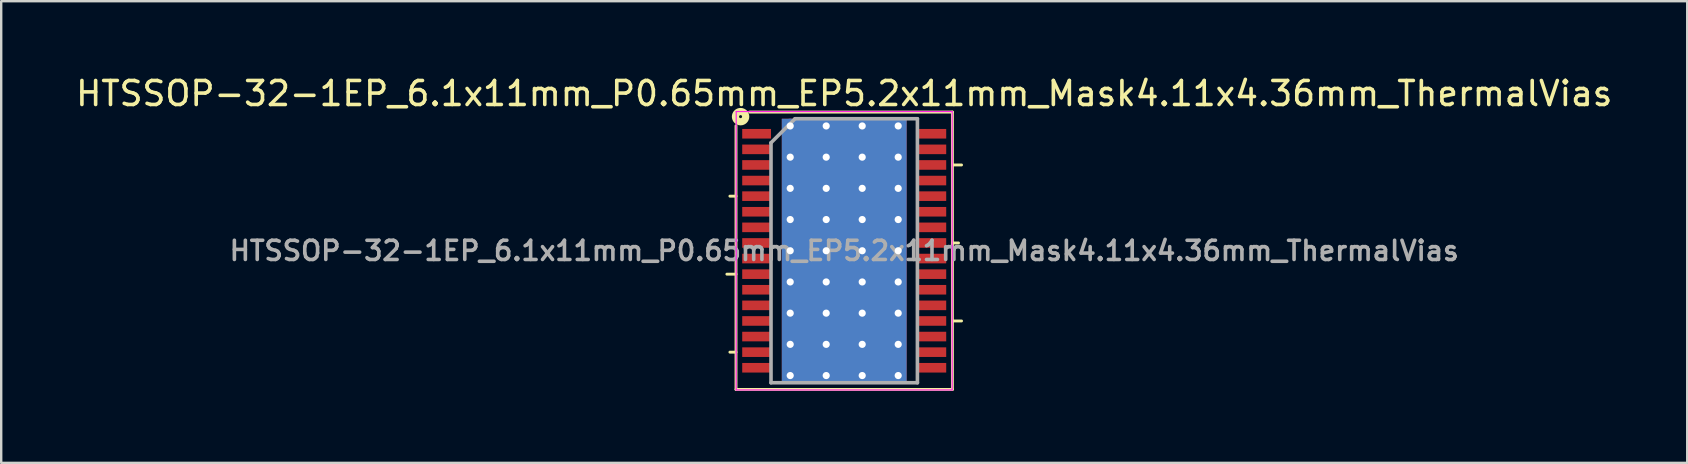
<source format=kicad_pcb>
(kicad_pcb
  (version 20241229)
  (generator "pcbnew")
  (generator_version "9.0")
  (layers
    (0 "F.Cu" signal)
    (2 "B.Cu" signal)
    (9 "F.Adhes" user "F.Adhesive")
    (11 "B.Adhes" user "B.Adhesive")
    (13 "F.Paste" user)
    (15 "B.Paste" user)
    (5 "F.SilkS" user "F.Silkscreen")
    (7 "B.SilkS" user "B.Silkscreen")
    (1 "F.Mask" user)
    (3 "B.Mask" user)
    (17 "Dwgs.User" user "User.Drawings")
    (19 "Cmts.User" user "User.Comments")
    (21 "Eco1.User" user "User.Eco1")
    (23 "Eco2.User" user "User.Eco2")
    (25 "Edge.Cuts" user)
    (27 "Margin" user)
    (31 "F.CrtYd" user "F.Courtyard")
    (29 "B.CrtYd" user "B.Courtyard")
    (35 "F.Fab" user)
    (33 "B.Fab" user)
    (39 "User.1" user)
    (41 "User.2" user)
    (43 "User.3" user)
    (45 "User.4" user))
  (footprint "HTSSOP-32-1EP_6.1x11mm_P0.65mm_EP5.2x11mm_Mask4.11x4.36mm_ThermalVias"
    (layer "F.Cu")
    (at 32.125 7.398)
    (property "Reference" "HTSSOP-32-1EP_6.1x11mm_P0.65mm_EP5.2x11mm_Mask4.11x4.36mm_ThermalVias" (at 0 -6.55 0) (layer "F.SilkS") (effects (font (size 1 1) (thickness 0.15))))
    (attr smd)
    (fp_line (start -4.508 -2.275) (end -4.763 -2.275) (stroke (width 0.12) (type solid)) (layer "F.SilkS"))
    (fp_line (start -4.508 0.975) (end -4.889 0.975) (stroke (width 0.12) (type solid)) (layer "F.SilkS"))
    (fp_line (start -4.508 4.225) (end -4.763 4.225) (stroke (width 0.12) (type solid)) (layer "F.SilkS"))
    (fp_line (start -4.508 5.779) (end -4.508 -5.207) (stroke (width 0.12) (type solid)) (layer "F.SilkS"))
    (fp_line (start -3.937 -5.779) (end 4.508 -5.779) (stroke (width 0.12) (type solid)) (layer "F.SilkS"))
    (fp_line (start 4.508 -5.779) (end 4.508 5.779) (stroke (width 0.12) (type solid)) (layer "F.SilkS"))
    (fp_line (start 4.508 -3.575) (end 4.889 -3.575) (stroke (width 0.12) (type solid)) (layer "F.SilkS"))
    (fp_line (start 4.508 -0.325) (end 4.763 -0.325) (stroke (width 0.12) (type solid)) (layer "F.SilkS"))
    (fp_line (start 4.508 2.925) (end 4.889 2.925) (stroke (width 0.12) (type solid)) (layer "F.SilkS"))
    (fp_line (start 4.508 5.779) (end -4.508 5.779) (stroke (width 0.12) (type solid)) (layer "F.SilkS"))
    (fp_circle (center -4.318 -5.588) (end -4.255 -5.588) (stroke (width 0.3) (type solid)) (fill no) (layer "F.SilkS"))
    (fp_line (start -4.5 -5.8) (end -4.5 5.8) (stroke (width 0.05) (type solid)) (layer "F.CrtYd"))
    (fp_line (start -4.5 5.8) (end 4.5 5.8) (stroke (width 0.05) (type solid)) (layer "F.CrtYd"))
    (fp_line (start 4.5 -5.8) (end -4.5 -5.8) (stroke (width 0.05) (type solid)) (layer "F.CrtYd"))
    (fp_line (start 4.5 5.8) (end 4.5 -5.8) (stroke (width 0.05) (type solid)) (layer "F.CrtYd"))
    (fp_line (start -3.05 -4.5) (end -2.05 -5.5) (stroke (width 0.15) (type solid)) (layer "F.Fab"))
    (fp_line (start -3.05 5.5) (end -3.05 -4.5) (stroke (width 0.15) (type solid)) (layer "F.Fab"))
    (fp_line (start -2.05 -5.5) (end 3.05 -5.5) (stroke (width 0.15) (type solid)) (layer "F.Fab"))
    (fp_line (start 3.05 -5.5) (end 3.05 5.5) (stroke (width 0.15) (type solid)) (layer "F.Fab"))
    (fp_line (start 3.05 5.5) (end -3.05 5.5) (stroke (width 0.15) (type solid)) (layer "F.Fab"))
    (fp_text user "${REFERENCE}" (at 0 0 0) (layer "F.Fab") (effects (font (size 0.8 0.8) (thickness 0.15))))
    (pad "" smd rect (at -1.365 -1.725) (size 0.93 0.55) (layers "F.Paste"))
    (pad "" smd rect (at -1.365 -0.65) (size 0.93 1) (layers "F.Paste"))
    (pad "" smd rect (at -1.365 0.65) (size 0.93 1) (layers "F.Paste"))
    (pad "" smd rect (at -1.365 1.725) (size 0.93 0.55) (layers "F.Paste"))
    (pad "" smd rect (at 0 -1.725) (size 1.2 0.55) (layers "F.Paste"))
    (pad "" smd rect (at 0 -0.65) (size 1.2 1) (layers "F.Paste"))
    (pad "" smd rect (at 0 0) (size 4.11 4.36) (layers "F.Mask"))
    (pad "" smd rect (at 0 0.65) (size 1.2 1) (layers "F.Paste"))
    (pad "" smd rect (at 0 1.725) (size 1.2 0.55) (layers "F.Paste"))
    (pad "" smd rect (at 1.365 -1.725) (size 0.93 0.55) (layers "F.Paste"))
    (pad "" smd rect (at 1.365 -0.65) (size 0.93 1) (layers "F.Paste"))
    (pad "" smd rect (at 1.365 0.65) (size 0.93 1) (layers "F.Paste"))
    (pad "" smd rect (at 1.365 1.725) (size 0.93 0.55) (layers "F.Paste"))
    (pad "1" smd rect (at -3.65 -4.875) (size 1.2 0.4) (layers "F.Cu" "F.Mask" "F.Paste"))
    (pad "2" smd rect (at -3.65 -4.225) (size 1.2 0.4) (layers "F.Cu" "F.Mask" "F.Paste"))
    (pad "3" smd rect (at -3.65 -3.575) (size 1.2 0.4) (layers "F.Cu" "F.Mask" "F.Paste"))
    (pad "4" smd rect (at -3.65 -2.925) (size 1.2 0.4) (layers "F.Cu" "F.Mask" "F.Paste"))
    (pad "5" smd rect (at -3.65 -2.275) (size 1.2 0.4) (layers "F.Cu" "F.Mask" "F.Paste"))
    (pad "6" smd rect (at -3.65 -1.625) (size 1.2 0.4) (layers "F.Cu" "F.Mask" "F.Paste"))
    (pad "7" smd rect (at -3.65 -0.975) (size 1.2 0.4) (layers "F.Cu" "F.Mask" "F.Paste"))
    (pad "8" smd rect (at -3.65 -0.325) (size 1.2 0.4) (layers "F.Cu" "F.Mask" "F.Paste"))
    (pad "9" smd rect (at -3.65 0.325) (size 1.2 0.4) (layers "F.Cu" "F.Mask" "F.Paste"))
    (pad "10" smd rect (at -3.65 0.975) (size 1.2 0.4) (layers "F.Cu" "F.Mask" "F.Paste"))
    (pad "11" smd rect (at -3.65 1.625) (size 1.2 0.4) (layers "F.Cu" "F.Mask" "F.Paste"))
    (pad "12" smd rect (at -3.65 2.275) (size 1.2 0.4) (layers "F.Cu" "F.Mask" "F.Paste"))
    (pad "13" smd rect (at -3.65 2.925) (size 1.2 0.4) (layers "F.Cu" "F.Mask" "F.Paste"))
    (pad "14" smd rect (at -3.65 3.575) (size 1.2 0.4) (layers "F.Cu" "F.Mask" "F.Paste"))
    (pad "15" smd rect (at -3.65 4.225) (size 1.2 0.4) (layers "F.Cu" "F.Mask" "F.Paste"))
    (pad "16" smd rect (at -3.65 4.875) (size 1.2 0.4) (layers "F.Cu" "F.Mask" "F.Paste"))
    (pad "17" smd rect (at 3.65 4.875) (size 1.2 0.4) (layers "F.Cu" "F.Mask" "F.Paste"))
    (pad "18" smd rect (at 3.65 4.225) (size 1.2 0.4) (layers "F.Cu" "F.Mask" "F.Paste"))
    (pad "19" smd rect (at 3.65 3.575) (size 1.2 0.4) (layers "F.Cu" "F.Mask" "F.Paste"))
    (pad "20" smd rect (at 3.65 2.925) (size 1.2 0.4) (layers "F.Cu" "F.Mask" "F.Paste"))
    (pad "21" smd rect (at 3.65 2.275) (size 1.2 0.4) (layers "F.Cu" "F.Mask" "F.Paste"))
    (pad "22" smd rect (at 3.65 1.625) (size 1.2 0.4) (layers "F.Cu" "F.Mask" "F.Paste"))
    (pad "23" smd rect (at 3.65 0.975) (size 1.2 0.4) (layers "F.Cu" "F.Mask" "F.Paste"))
    (pad "24" smd rect (at 3.65 0.325) (size 1.2 0.4) (layers "F.Cu" "F.Mask" "F.Paste"))
    (pad "25" smd rect (at 3.65 -0.325) (size 1.2 0.4) (layers "F.Cu" "F.Mask" "F.Paste"))
    (pad "26" smd rect (at 3.65 -0.975) (size 1.2 0.4) (layers "F.Cu" "F.Mask" "F.Paste"))
    (pad "27" smd rect (at 3.65 -1.625) (size 1.2 0.4) (layers "F.Cu" "F.Mask" "F.Paste"))
    (pad "28" smd rect (at 3.65 -2.275) (size 1.2 0.4) (layers "F.Cu" "F.Mask" "F.Paste"))
    (pad "29" smd rect (at 3.65 -2.925) (size 1.2 0.4) (layers "F.Cu" "F.Mask" "F.Paste"))
    (pad "30" smd rect (at 3.65 -3.575) (size 1.2 0.4) (layers "F.Cu" "F.Mask" "F.Paste"))
    (pad "31" smd rect (at 3.65 -4.225) (size 1.2 0.4) (layers "F.Cu" "F.Mask" "F.Paste"))
    (pad "32" smd rect (at 3.65 -4.875) (size 1.2 0.4) (layers "F.Cu" "F.Mask" "F.Paste"))
    (pad "33" thru_hole circle (at -2.25 -5.2) (size 0.6 0.6) (drill 0.3) (layers "*.Cu"))
    (pad "33" thru_hole circle (at -2.25 -3.9) (size 0.6 0.6) (drill 0.3) (layers "*.Cu"))
    (pad "33" thru_hole circle (at -2.25 -2.6) (size 0.6 0.6) (drill 0.3) (layers "*.Cu"))
    (pad "33" thru_hole circle (at -2.25 -1.3) (size 0.6 0.6) (drill 0.3) (layers "*.Cu"))
    (pad "33" thru_hole circle (at -2.25 0) (size 0.6 0.6) (drill 0.3) (layers "*.Cu"))
    (pad "33" thru_hole circle (at -2.25 1.3) (size 0.6 0.6) (drill 0.3) (layers "*.Cu"))
    (pad "33" thru_hole circle (at -2.25 2.6) (size 0.6 0.6) (drill 0.3) (layers "*.Cu"))
    (pad "33" thru_hole circle (at -2.25 3.9) (size 0.6 0.6) (drill 0.3) (layers "*.Cu"))
    (pad "33" thru_hole circle (at -2.25 5.2) (size 0.6 0.6) (drill 0.3) (layers "*.Cu"))
    (pad "33" thru_hole circle (at -0.75 -5.2) (size 0.6 0.6) (drill 0.3) (layers "*.Cu"))
    (pad "33" thru_hole circle (at -0.75 -3.9) (size 0.6 0.6) (drill 0.3) (layers "*.Cu"))
    (pad "33" thru_hole circle (at -0.75 -2.6) (size 0.6 0.6) (drill 0.3) (layers "*.Cu"))
    (pad "33" thru_hole circle (at -0.75 -1.3) (size 0.6 0.6) (drill 0.3) (layers "*.Cu"))
    (pad "33" thru_hole circle (at -0.75 0) (size 0.6 0.6) (drill 0.3) (layers "*.Cu"))
    (pad "33" thru_hole circle (at -0.75 1.3) (size 0.6 0.6) (drill 0.3) (layers "*.Cu"))
    (pad "33" thru_hole circle (at -0.75 2.6) (size 0.6 0.6) (drill 0.3) (layers "*.Cu"))
    (pad "33" thru_hole circle (at -0.75 3.9) (size 0.6 0.6) (drill 0.3) (layers "*.Cu"))
    (pad "33" thru_hole circle (at -0.75 5.2) (size 0.6 0.6) (drill 0.3) (layers "*.Cu"))
    (pad "33" smd rect (at 0 0) (size 5.2 11) (layers "F.Cu"))
    (pad "33" smd rect (at 0 0) (size 5.2 11) (layers "B.Cu" "B.Mask"))
    (pad "33" thru_hole circle (at 0.75 -5.2) (size 0.6 0.6) (drill 0.3) (layers "*.Cu"))
    (pad "33" thru_hole circle (at 0.75 -3.9) (size 0.6 0.6) (drill 0.3) (layers "*.Cu"))
    (pad "33" thru_hole circle (at 0.75 -2.6) (size 0.6 0.6) (drill 0.3) (layers "*.Cu"))
    (pad "33" thru_hole circle (at 0.75 -1.3) (size 0.6 0.6) (drill 0.3) (layers "*.Cu"))
    (pad "33" thru_hole circle (at 0.75 0) (size 0.6 0.6) (drill 0.3) (layers "*.Cu"))
    (pad "33" thru_hole circle (at 0.75 1.3) (size 0.6 0.6) (drill 0.3) (layers "*.Cu"))
    (pad "33" thru_hole circle (at 0.75 2.6) (size 0.6 0.6) (drill 0.3) (layers "*.Cu"))
    (pad "33" thru_hole circle (at 0.75 3.9) (size 0.6 0.6) (drill 0.3) (layers "*.Cu"))
    (pad "33" thru_hole circle (at 0.75 5.2) (size 0.6 0.6) (drill 0.3) (layers "*.Cu"))
    (pad "33" thru_hole circle (at 2.25 -5.2) (size 0.6 0.6) (drill 0.3) (layers "*.Cu"))
    (pad "33" thru_hole circle (at 2.25 -3.9) (size 0.6 0.6) (drill 0.3) (layers "*.Cu"))
    (pad "33" thru_hole circle (at 2.25 -2.6) (size 0.6 0.6) (drill 0.3) (layers "*.Cu"))
    (pad "33" thru_hole circle (at 2.25 -1.3) (size 0.6 0.6) (drill 0.3) (layers "*.Cu"))
    (pad "33" thru_hole circle (at 2.25 0) (size 0.6 0.6) (drill 0.3) (layers "*.Cu"))
    (pad "33" thru_hole circle (at 2.25 1.3) (size 0.6 0.6) (drill 0.3) (layers "*.Cu"))
    (pad "33" thru_hole circle (at 2.25 2.6) (size 0.6 0.6) (drill 0.3) (layers "*.Cu"))
    (pad "33" thru_hole circle (at 2.25 3.9) (size 0.6 0.6) (drill 0.3) (layers "*.Cu"))
    (pad "33" thru_hole circle (at 2.25 5.2) (size 0.6 0.6) (drill 0.3) (layers "*.Cu")))
  (gr_rect
    (start -3 -3)
    (end 67.25 16.237)
    (stroke (width 0.1) (type default))
    (fill no)
    (layer "Edge.Cuts")))
</source>
